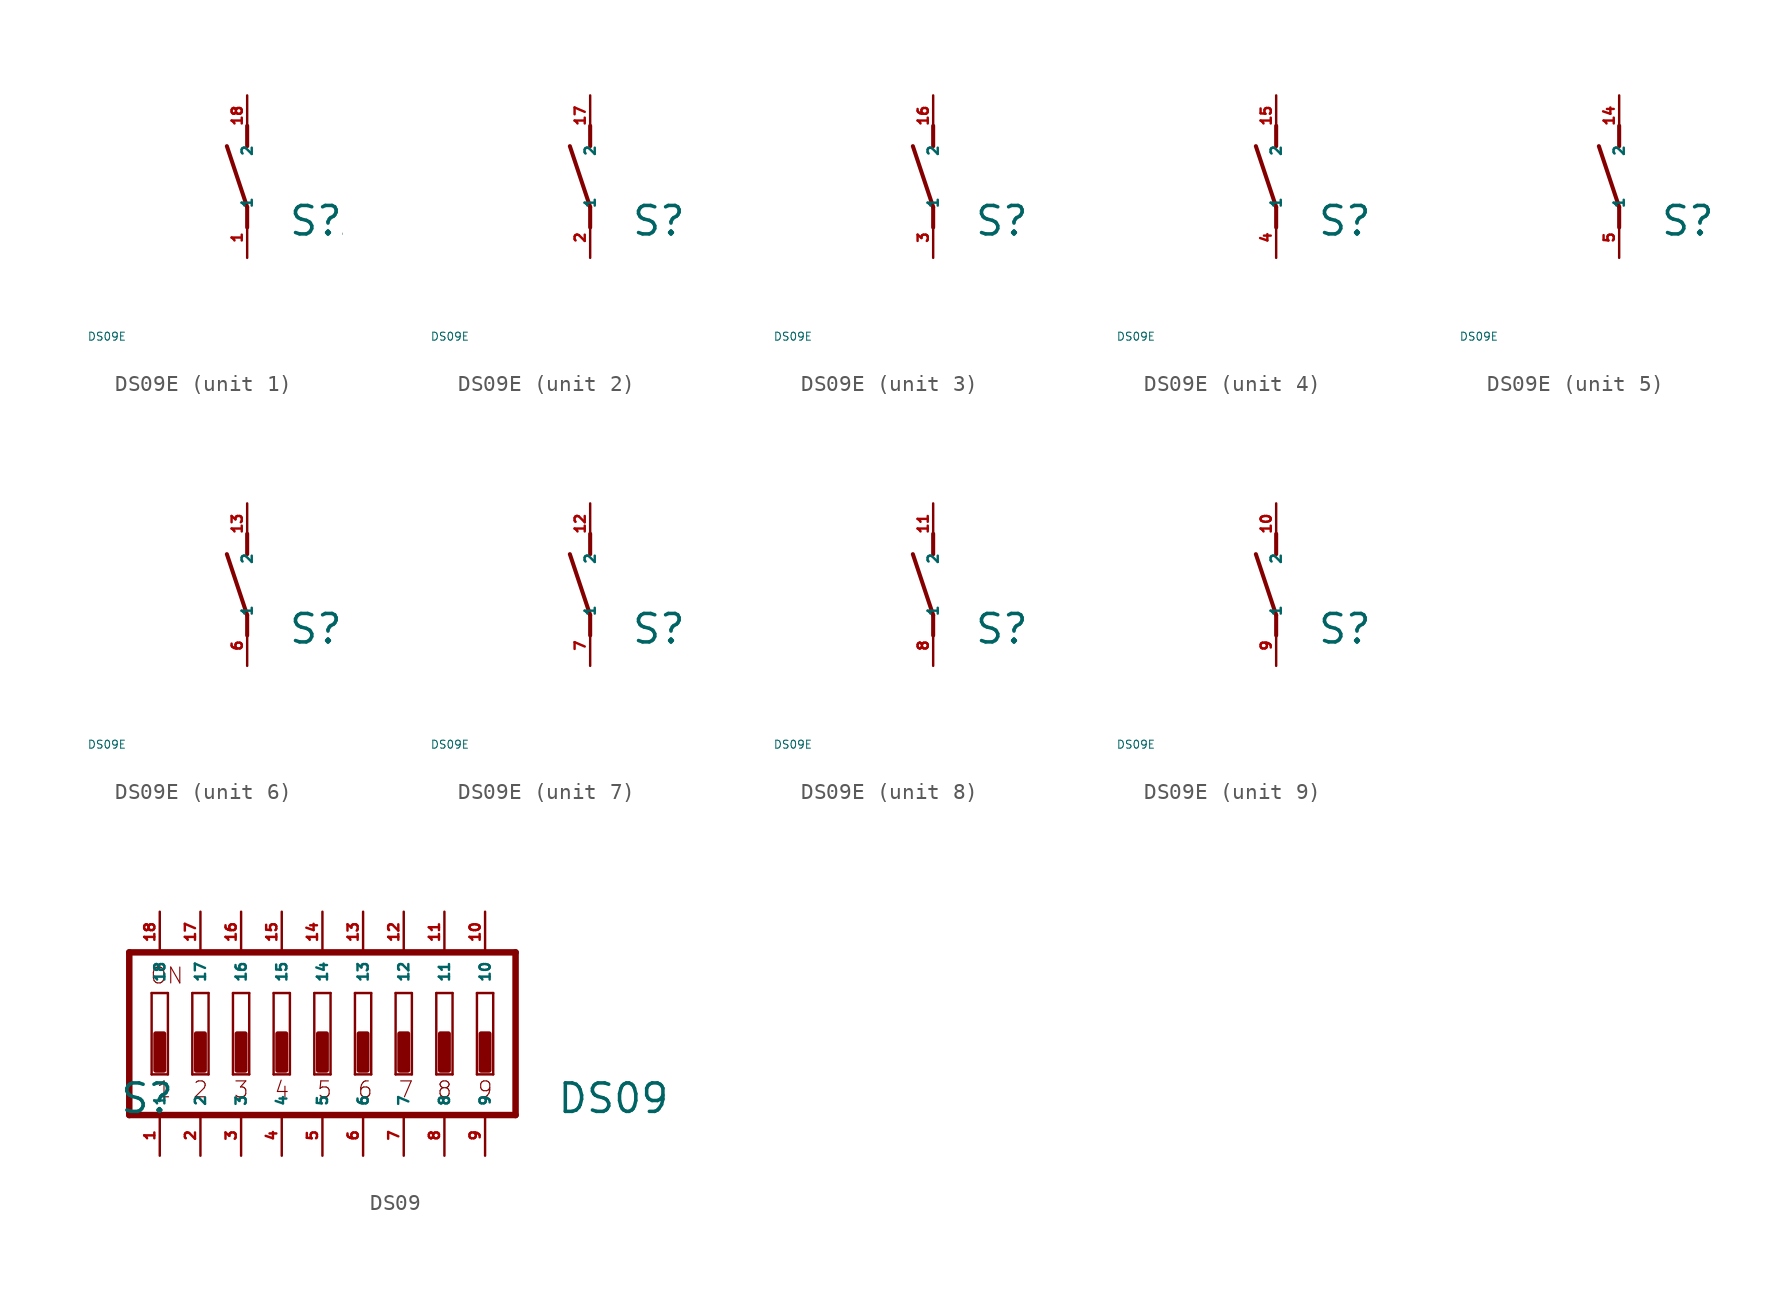
<source format=kicad_sym>
(kicad_symbol_lib
  (version 20220914)
  (generator Eagle2Kicad)
  (symbol "DS09E"
    (property "Reference" "S"
      (at 2.54 -3.81 0)
      (effects (font (size 1.778 1.778) (thickness 0.22)) (justify left bottom)))
    (property "Value" "DS09E"
      (at -10 -10 0)
      (effects (font (size 0.5 0.5) (thickness 0.06)) (justify left)))
    (symbol "DS09E_1_0"
      (polyline (pts (xy 0 -3.175) (xy 0 -1.905)) (stroke (width 0.254) (type default)) (fill (type none)))
      (polyline (pts (xy 0 -1.905) (xy -1.27 1.905)) (stroke (width 0.254) (type default)) (fill (type none)))
      (polyline (pts (xy 0 1.905) (xy 0 3.175)) (stroke (width 0.254) (type default)) (fill (type none)))
      (pin passive line (at 0 -5.08 90) (length 2.54) (name "1" (effects (font (size 0.635 0.635) (thickness 0.08)) (justify left bottom))) (number "1" (effects (font (size 0.635 0.635) (thickness 0.08)) (justify left bottom))))
      (pin passive line (at 0 5.08 270) (length 2.54) (name "2" (effects (font (size 0.635 0.635) (thickness 0.08)) (justify left bottom))) (number "18" (effects (font (size 0.635 0.635) (thickness 0.08)) (justify left bottom)))))
    (symbol "DS09E_2_0"
      (polyline (pts (xy 0 -3.175) (xy 0 -1.905)) (stroke (width 0.254) (type default)) (fill (type none)))
      (polyline (pts (xy 0 -1.905) (xy -1.27 1.905)) (stroke (width 0.254) (type default)) (fill (type none)))
      (polyline (pts (xy 0 1.905) (xy 0 3.175)) (stroke (width 0.254) (type default)) (fill (type none)))
      (pin passive line (at 0 -5.08 90) (length 2.54) (name "1" (effects (font (size 0.635 0.635) (thickness 0.08)) (justify left bottom))) (number "2" (effects (font (size 0.635 0.635) (thickness 0.08)) (justify left bottom))))
      (pin passive line (at 0 5.08 270) (length 2.54) (name "2" (effects (font (size 0.635 0.635) (thickness 0.08)) (justify left bottom))) (number "17" (effects (font (size 0.635 0.635) (thickness 0.08)) (justify left bottom)))))
    (symbol "DS09E_3_0"
      (polyline (pts (xy 0 -3.175) (xy 0 -1.905)) (stroke (width 0.254) (type default)) (fill (type none)))
      (polyline (pts (xy 0 -1.905) (xy -1.27 1.905)) (stroke (width 0.254) (type default)) (fill (type none)))
      (polyline (pts (xy 0 1.905) (xy 0 3.175)) (stroke (width 0.254) (type default)) (fill (type none)))
      (pin passive line (at 0 -5.08 90) (length 2.54) (name "1" (effects (font (size 0.635 0.635) (thickness 0.08)) (justify left bottom))) (number "3" (effects (font (size 0.635 0.635) (thickness 0.08)) (justify left bottom))))
      (pin passive line (at 0 5.08 270) (length 2.54) (name "2" (effects (font (size 0.635 0.635) (thickness 0.08)) (justify left bottom))) (number "16" (effects (font (size 0.635 0.635) (thickness 0.08)) (justify left bottom)))))
    (symbol "DS09E_4_0"
      (polyline (pts (xy 0 -3.175) (xy 0 -1.905)) (stroke (width 0.254) (type default)) (fill (type none)))
      (polyline (pts (xy 0 -1.905) (xy -1.27 1.905)) (stroke (width 0.254) (type default)) (fill (type none)))
      (polyline (pts (xy 0 1.905) (xy 0 3.175)) (stroke (width 0.254) (type default)) (fill (type none)))
      (pin passive line (at 0 -5.08 90) (length 2.54) (name "1" (effects (font (size 0.635 0.635) (thickness 0.08)) (justify left bottom))) (number "4" (effects (font (size 0.635 0.635) (thickness 0.08)) (justify left bottom))))
      (pin passive line (at 0 5.08 270) (length 2.54) (name "2" (effects (font (size 0.635 0.635) (thickness 0.08)) (justify left bottom))) (number "15" (effects (font (size 0.635 0.635) (thickness 0.08)) (justify left bottom)))))
    (symbol "DS09E_5_0"
      (polyline (pts (xy 0 -3.175) (xy 0 -1.905)) (stroke (width 0.254) (type default)) (fill (type none)))
      (polyline (pts (xy 0 -1.905) (xy -1.27 1.905)) (stroke (width 0.254) (type default)) (fill (type none)))
      (polyline (pts (xy 0 1.905) (xy 0 3.175)) (stroke (width 0.254) (type default)) (fill (type none)))
      (pin passive line (at 0 -5.08 90) (length 2.54) (name "1" (effects (font (size 0.635 0.635) (thickness 0.08)) (justify left bottom))) (number "5" (effects (font (size 0.635 0.635) (thickness 0.08)) (justify left bottom))))
      (pin passive line (at 0 5.08 270) (length 2.54) (name "2" (effects (font (size 0.635 0.635) (thickness 0.08)) (justify left bottom))) (number "14" (effects (font (size 0.635 0.635) (thickness 0.08)) (justify left bottom)))))
    (symbol "DS09E_6_0"
      (polyline (pts (xy 0 -3.175) (xy 0 -1.905)) (stroke (width 0.254) (type default)) (fill (type none)))
      (polyline (pts (xy 0 -1.905) (xy -1.27 1.905)) (stroke (width 0.254) (type default)) (fill (type none)))
      (polyline (pts (xy 0 1.905) (xy 0 3.175)) (stroke (width 0.254) (type default)) (fill (type none)))
      (pin passive line (at 0 -5.08 90) (length 2.54) (name "1" (effects (font (size 0.635 0.635) (thickness 0.08)) (justify left bottom))) (number "6" (effects (font (size 0.635 0.635) (thickness 0.08)) (justify left bottom))))
      (pin passive line (at 0 5.08 270) (length 2.54) (name "2" (effects (font (size 0.635 0.635) (thickness 0.08)) (justify left bottom))) (number "13" (effects (font (size 0.635 0.635) (thickness 0.08)) (justify left bottom)))))
    (symbol "DS09E_7_0"
      (polyline (pts (xy 0 -3.175) (xy 0 -1.905)) (stroke (width 0.254) (type default)) (fill (type none)))
      (polyline (pts (xy 0 -1.905) (xy -1.27 1.905)) (stroke (width 0.254) (type default)) (fill (type none)))
      (polyline (pts (xy 0 1.905) (xy 0 3.175)) (stroke (width 0.254) (type default)) (fill (type none)))
      (pin passive line (at 0 -5.08 90) (length 2.54) (name "1" (effects (font (size 0.635 0.635) (thickness 0.08)) (justify left bottom))) (number "7" (effects (font (size 0.635 0.635) (thickness 0.08)) (justify left bottom))))
      (pin passive line (at 0 5.08 270) (length 2.54) (name "2" (effects (font (size 0.635 0.635) (thickness 0.08)) (justify left bottom))) (number "12" (effects (font (size 0.635 0.635) (thickness 0.08)) (justify left bottom)))))
    (symbol "DS09E_8_0"
      (polyline (pts (xy 0 -3.175) (xy 0 -1.905)) (stroke (width 0.254) (type default)) (fill (type none)))
      (polyline (pts (xy 0 -1.905) (xy -1.27 1.905)) (stroke (width 0.254) (type default)) (fill (type none)))
      (polyline (pts (xy 0 1.905) (xy 0 3.175)) (stroke (width 0.254) (type default)) (fill (type none)))
      (pin passive line (at 0 -5.08 90) (length 2.54) (name "1" (effects (font (size 0.635 0.635) (thickness 0.08)) (justify left bottom))) (number "8" (effects (font (size 0.635 0.635) (thickness 0.08)) (justify left bottom))))
      (pin passive line (at 0 5.08 270) (length 2.54) (name "2" (effects (font (size 0.635 0.635) (thickness 0.08)) (justify left bottom))) (number "11" (effects (font (size 0.635 0.635) (thickness 0.08)) (justify left bottom)))))
    (symbol "DS09E_9_0"
      (polyline (pts (xy 0 -3.175) (xy 0 -1.905)) (stroke (width 0.254) (type default)) (fill (type none)))
      (polyline (pts (xy 0 -1.905) (xy -1.27 1.905)) (stroke (width 0.254) (type default)) (fill (type none)))
      (polyline (pts (xy 0 1.905) (xy 0 3.175)) (stroke (width 0.254) (type default)) (fill (type none)))
      (pin passive line (at 0 -5.08 90) (length 2.54) (name "1" (effects (font (size 0.635 0.635) (thickness 0.08)) (justify left bottom))) (number "9" (effects (font (size 0.635 0.635) (thickness 0.08)) (justify left bottom))))
      (pin passive line (at 0 5.08 270) (length 2.54) (name "2" (effects (font (size 0.635 0.635) (thickness 0.08)) (justify left bottom))) (number "10" (effects (font (size 0.635 0.635) (thickness 0.08)) (justify left bottom))))))
  (symbol "DS09"
    (property "Reference" "S"
      (at -12.7 -5.08 0)
      (effects (font (size 1.778 1.778) (thickness 0.22)) (justify left bottom)))
    (property "Value" "DS09"
      (at 14.605 -5.08 0)
      (effects (font (size 1.778 1.778) (thickness 0.22)) (justify left bottom)))
    (polyline
      (pts (xy 12.065 5.08) (xy -12.065 5.08))
      (stroke (width 0.406) (type default))
      (fill (type none)))
    (polyline
      (pts (xy -12.065 5.08) (xy -12.065 -5.08))
      (stroke (width 0.406) (type default))
      (fill (type none)))
    (polyline
      (pts (xy -12.065 -5.08) (xy 12.065 -5.08))
      (stroke (width 0.406) (type default))
      (fill (type none)))
    (polyline
      (pts (xy 12.065 -5.08) (xy 12.065 5.08))
      (stroke (width 0.406) (type default))
      (fill (type none)))
    (polyline
      (pts (xy -9.652 -2.54) (xy -10.668 -2.54))
      (stroke (width 0.152) (type default))
      (fill (type none)))
    (polyline
      (pts (xy -10.668 2.54) (xy -9.652 2.54))
      (stroke (width 0.152) (type default))
      (fill (type none)))
    (polyline
      (pts (xy -9.652 2.54) (xy -9.652 -2.54))
      (stroke (width 0.152) (type default))
      (fill (type none)))
    (polyline
      (pts (xy -10.668 -2.54) (xy -10.668 2.54))
      (stroke (width 0.152) (type default))
      (fill (type none)))
    (polyline
      (pts (xy -7.112 -2.54) (xy -8.128 -2.54))
      (stroke (width 0.152) (type default))
      (fill (type none)))
    (polyline
      (pts (xy -8.128 2.54) (xy -7.112 2.54))
      (stroke (width 0.152) (type default))
      (fill (type none)))
    (polyline
      (pts (xy -7.112 2.54) (xy -7.112 -2.54))
      (stroke (width 0.152) (type default))
      (fill (type none)))
    (polyline
      (pts (xy -8.128 -2.54) (xy -8.128 2.54))
      (stroke (width 0.152) (type default))
      (fill (type none)))
    (polyline
      (pts (xy -4.572 -2.54) (xy -5.588 -2.54))
      (stroke (width 0.152) (type default))
      (fill (type none)))
    (polyline
      (pts (xy -5.588 2.54) (xy -4.572 2.54))
      (stroke (width 0.152) (type default))
      (fill (type none)))
    (polyline
      (pts (xy -4.572 2.54) (xy -4.572 -2.54))
      (stroke (width 0.152) (type default))
      (fill (type none)))
    (polyline
      (pts (xy -5.588 -2.54) (xy -5.588 2.54))
      (stroke (width 0.152) (type default))
      (fill (type none)))
    (polyline
      (pts (xy -2.032 -2.54) (xy -3.048 -2.54))
      (stroke (width 0.152) (type default))
      (fill (type none)))
    (polyline
      (pts (xy -3.048 2.54) (xy -2.032 2.54))
      (stroke (width 0.152) (type default))
      (fill (type none)))
    (polyline
      (pts (xy -2.032 2.54) (xy -2.032 -2.54))
      (stroke (width 0.152) (type default))
      (fill (type none)))
    (polyline
      (pts (xy -3.048 -2.54) (xy -3.048 2.54))
      (stroke (width 0.152) (type default))
      (fill (type none)))
    (polyline
      (pts (xy 0.508 -2.54) (xy -0.508 -2.54))
      (stroke (width 0.152) (type default))
      (fill (type none)))
    (polyline
      (pts (xy -0.508 2.54) (xy 0.508 2.54))
      (stroke (width 0.152) (type default))
      (fill (type none)))
    (polyline
      (pts (xy 0.508 2.54) (xy 0.508 -2.54))
      (stroke (width 0.152) (type default))
      (fill (type none)))
    (polyline
      (pts (xy -0.508 -2.54) (xy -0.508 2.54))
      (stroke (width 0.152) (type default))
      (fill (type none)))
    (polyline
      (pts (xy 3.048 -2.54) (xy 2.032 -2.54))
      (stroke (width 0.152) (type default))
      (fill (type none)))
    (polyline
      (pts (xy 2.032 2.54) (xy 3.048 2.54))
      (stroke (width 0.152) (type default))
      (fill (type none)))
    (polyline
      (pts (xy 3.048 2.54) (xy 3.048 -2.54))
      (stroke (width 0.152) (type default))
      (fill (type none)))
    (polyline
      (pts (xy 2.032 -2.54) (xy 2.032 2.54))
      (stroke (width 0.152) (type default))
      (fill (type none)))
    (polyline
      (pts (xy 5.588 -2.54) (xy 4.572 -2.54))
      (stroke (width 0.152) (type default))
      (fill (type none)))
    (polyline
      (pts (xy 4.572 2.54) (xy 5.588 2.54))
      (stroke (width 0.152) (type default))
      (fill (type none)))
    (polyline
      (pts (xy 5.588 2.54) (xy 5.588 -2.54))
      (stroke (width 0.152) (type default))
      (fill (type none)))
    (polyline
      (pts (xy 4.572 -2.54) (xy 4.572 2.54))
      (stroke (width 0.152) (type default))
      (fill (type none)))
    (polyline
      (pts (xy 8.128 -2.54) (xy 7.112 -2.54))
      (stroke (width 0.152) (type default))
      (fill (type none)))
    (polyline
      (pts (xy 7.112 2.54) (xy 8.128 2.54))
      (stroke (width 0.152) (type default))
      (fill (type none)))
    (polyline
      (pts (xy 8.128 2.54) (xy 8.128 -2.54))
      (stroke (width 0.152) (type default))
      (fill (type none)))
    (polyline
      (pts (xy 7.112 -2.54) (xy 7.112 2.54))
      (stroke (width 0.152) (type default))
      (fill (type none)))
    (polyline
      (pts (xy 10.668 -2.54) (xy 9.652 -2.54))
      (stroke (width 0.152) (type default))
      (fill (type none)))
    (polyline
      (pts (xy 9.652 2.54) (xy 10.668 2.54))
      (stroke (width 0.152) (type default))
      (fill (type none)))
    (polyline
      (pts (xy 10.668 2.54) (xy 10.668 -2.54))
      (stroke (width 0.152) (type default))
      (fill (type none)))
    (polyline
      (pts (xy 9.652 -2.54) (xy 9.652 2.54))
      (stroke (width 0.152) (type default))
      (fill (type none)))
    (text "1"
      (at -10.414 -4.064 0)
      (effects (font (size 0.991 0.991) (thickness 0.07)) (justify left bottom)))
    (text "2"
      (at -8.128 -4.064 0)
      (effects (font (size 0.991 0.991) (thickness 0.07)) (justify left bottom)))
    (text "3"
      (at -5.588 -4.064 0)
      (effects (font (size 0.991 0.991) (thickness 0.07)) (justify left bottom)))
    (text "4"
      (at -3.048 -4.064 0)
      (effects (font (size 0.991 0.991) (thickness 0.07)) (justify left bottom)))
    (text "5"
      (at -0.381 -4.064 0)
      (effects (font (size 0.991 0.991) (thickness 0.07)) (justify left bottom)))
    (text "6"
      (at 2.159 -4.064 0)
      (effects (font (size 0.991 0.991) (thickness 0.07)) (justify left bottom)))
    (text "7"
      (at 4.699 -4.064 0)
      (effects (font (size 0.991 0.991) (thickness 0.07)) (justify left bottom)))
    (text "8"
      (at 7.112 -4.064 0)
      (effects (font (size 0.991 0.991) (thickness 0.07)) (justify left bottom)))
    (text "9"
      (at 9.652 -4.064 0)
      (effects (font (size 0.991 0.991) (thickness 0.07)) (justify left bottom)))
    (text "ON"
      (at -10.795 3.048 0)
      (effects (font (size 0.991 0.991) (thickness 0.07)) (justify left bottom)))
    (rectangle
      (start -10.414 -2.286)
      (end -9.906 0)
      (stroke (width 0.3) (type default))
      (fill (type outline)))
    (rectangle
      (start -7.874 -2.286)
      (end -7.366 0)
      (stroke (width 0.3) (type default))
      (fill (type outline)))
    (rectangle
      (start -5.334 -2.286)
      (end -4.826 0)
      (stroke (width 0.3) (type default))
      (fill (type outline)))
    (rectangle
      (start -2.794 -2.286)
      (end -2.286 0)
      (stroke (width 0.3) (type default))
      (fill (type outline)))
    (rectangle
      (start -0.254 -2.286)
      (end 0.254 0)
      (stroke (width 0.3) (type default))
      (fill (type outline)))
    (rectangle
      (start 2.286 -2.286)
      (end 2.794 0)
      (stroke (width 0.3) (type default))
      (fill (type outline)))
    (rectangle
      (start 4.826 -2.286)
      (end 5.334 0)
      (stroke (width 0.3) (type default))
      (fill (type outline)))
    (rectangle
      (start 7.366 -2.286)
      (end 7.874 0)
      (stroke (width 0.3) (type default))
      (fill (type outline)))
    (rectangle
      (start 9.906 -2.286)
      (end 10.414 0)
      (stroke (width 0.3) (type default))
      (fill (type outline)))
    (pin passive line
      (at 10.16 7.62 270)
      (length 2.54)
      (name "10" (effects (font (size 0.635 0.635) (thickness 0.08)) (justify left bottom)))
      (number "10" (effects (font (size 0.635 0.635) (thickness 0.08)) (justify left bottom))))
    (pin passive line
      (at 7.62 7.62 270)
      (length 2.54)
      (name "11" (effects (font (size 0.635 0.635) (thickness 0.08)) (justify left bottom)))
      (number "11" (effects (font (size 0.635 0.635) (thickness 0.08)) (justify left bottom))))
    (pin passive line
      (at 5.08 7.62 270)
      (length 2.54)
      (name "12" (effects (font (size 0.635 0.635) (thickness 0.08)) (justify left bottom)))
      (number "12" (effects (font (size 0.635 0.635) (thickness 0.08)) (justify left bottom))))
    (pin passive line
      (at 2.54 7.62 270)
      (length 2.54)
      (name "13" (effects (font (size 0.635 0.635) (thickness 0.08)) (justify left bottom)))
      (number "13" (effects (font (size 0.635 0.635) (thickness 0.08)) (justify left bottom))))
    (pin passive line
      (at 0 7.62 270)
      (length 2.54)
      (name "14" (effects (font (size 0.635 0.635) (thickness 0.08)) (justify left bottom)))
      (number "14" (effects (font (size 0.635 0.635) (thickness 0.08)) (justify left bottom))))
    (pin passive line
      (at -2.54 7.62 270)
      (length 2.54)
      (name "15" (effects (font (size 0.635 0.635) (thickness 0.08)) (justify left bottom)))
      (number "15" (effects (font (size 0.635 0.635) (thickness 0.08)) (justify left bottom))))
    (pin passive line
      (at -5.08 7.62 270)
      (length 2.54)
      (name "16" (effects (font (size 0.635 0.635) (thickness 0.08)) (justify left bottom)))
      (number "16" (effects (font (size 0.635 0.635) (thickness 0.08)) (justify left bottom))))
    (pin passive line
      (at -7.62 7.62 270)
      (length 2.54)
      (name "17" (effects (font (size 0.635 0.635) (thickness 0.08)) (justify left bottom)))
      (number "17" (effects (font (size 0.635 0.635) (thickness 0.08)) (justify left bottom))))
    (pin passive line
      (at -10.16 7.62 270)
      (length 2.54)
      (name "18" (effects (font (size 0.635 0.635) (thickness 0.08)) (justify left bottom)))
      (number "18" (effects (font (size 0.635 0.635) (thickness 0.08)) (justify left bottom))))
    (pin passive line
      (at -10.16 -7.62 90)
      (length 2.54)
      (name "1" (effects (font (size 0.635 0.635) (thickness 0.08)) (justify left bottom)))
      (number "1" (effects (font (size 0.635 0.635) (thickness 0.08)) (justify left bottom))))
    (pin passive line
      (at -7.62 -7.62 90)
      (length 2.54)
      (name "2" (effects (font (size 0.635 0.635) (thickness 0.08)) (justify left bottom)))
      (number "2" (effects (font (size 0.635 0.635) (thickness 0.08)) (justify left bottom))))
    (pin passive line
      (at -5.08 -7.62 90)
      (length 2.54)
      (name "3" (effects (font (size 0.635 0.635) (thickness 0.08)) (justify left bottom)))
      (number "3" (effects (font (size 0.635 0.635) (thickness 0.08)) (justify left bottom))))
    (pin passive line
      (at -2.54 -7.62 90)
      (length 2.54)
      (name "4" (effects (font (size 0.635 0.635) (thickness 0.08)) (justify left bottom)))
      (number "4" (effects (font (size 0.635 0.635) (thickness 0.08)) (justify left bottom))))
    (pin passive line
      (at 0 -7.62 90)
      (length 2.54)
      (name "5" (effects (font (size 0.635 0.635) (thickness 0.08)) (justify left bottom)))
      (number "5" (effects (font (size 0.635 0.635) (thickness 0.08)) (justify left bottom))))
    (pin passive line
      (at 2.54 -7.62 90)
      (length 2.54)
      (name "6" (effects (font (size 0.635 0.635) (thickness 0.08)) (justify left bottom)))
      (number "6" (effects (font (size 0.635 0.635) (thickness 0.08)) (justify left bottom))))
    (pin passive line
      (at 5.08 -7.62 90)
      (length 2.54)
      (name "7" (effects (font (size 0.635 0.635) (thickness 0.08)) (justify left bottom)))
      (number "7" (effects (font (size 0.635 0.635) (thickness 0.08)) (justify left bottom))))
    (pin passive line
      (at 7.62 -7.62 90)
      (length 2.54)
      (name "8" (effects (font (size 0.635 0.635) (thickness 0.08)) (justify left bottom)))
      (number "8" (effects (font (size 0.635 0.635) (thickness 0.08)) (justify left bottom))))
    (pin passive line
      (at 10.16 -7.62 90)
      (length 2.54)
      (name "9" (effects (font (size 0.635 0.635) (thickness 0.08)) (justify left bottom)))
      (number "9" (effects (font (size 0.635 0.635) (thickness 0.08)) (justify left bottom))))))
</source>
